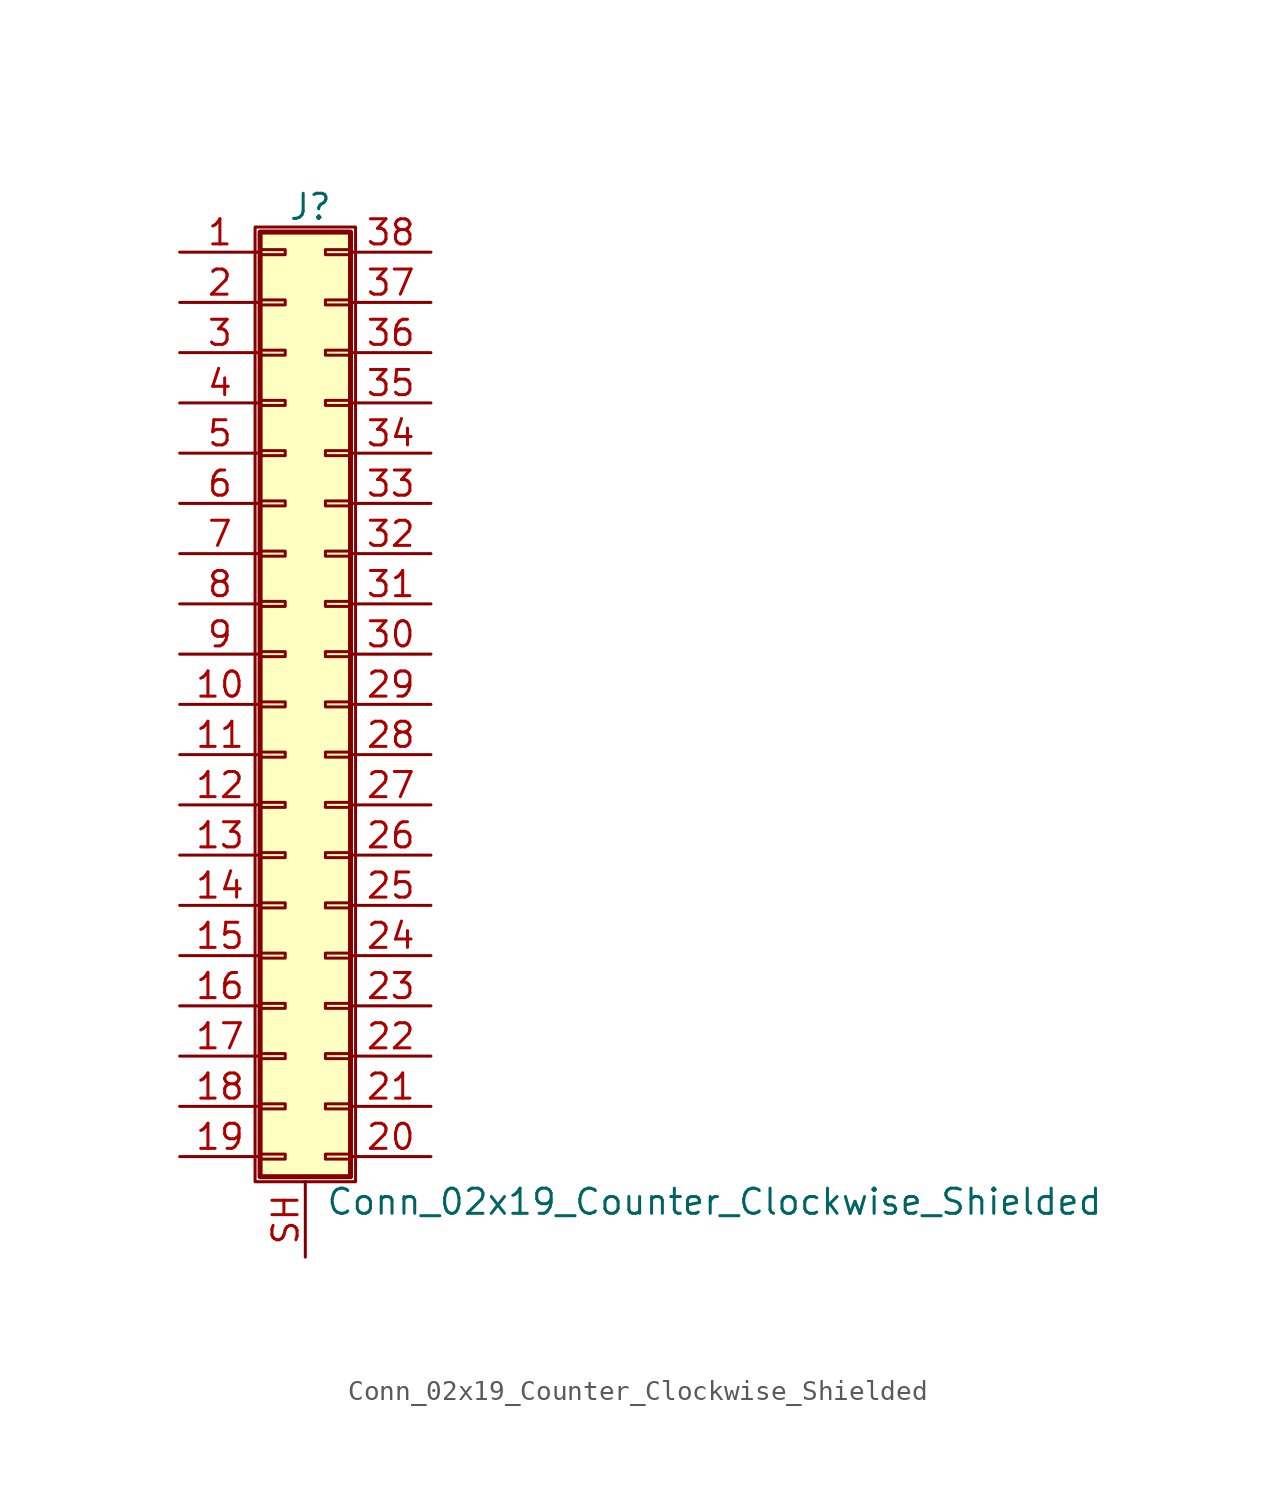
<source format=kicad_sym>
(kicad_symbol_lib
  (version 20201005)
  (generator kicad_symbol_editor)
  (symbol "Conn_02x19_Counter_Clockwise_Shielded"
    (pin_names
      (offset 1.016) hide)
    (property "Reference" "J"
      (at 1.524 25.146 0)
      (effects (font (size 1.27 1.27))))
    (property "Value" "Conn_02x19_Counter_Clockwise_Shielded"
      (at 2.286 -25.146 0)
      (effects (font (size 1.27 1.27)) (justify left)))
    (symbol "Conn_02x19_Counter_Clockwise_Shielded_1_1"
      (rectangle (start -1.27 24.13) (end 3.81 -24.13) (stroke (width 0.152)) (fill (type none)))
      (rectangle (start -1.016 -22.733) (end 0.254 -22.987) (stroke (width 0.152)) (fill (type none)))
      (rectangle (start -1.016 -20.193) (end 0.254 -20.447) (stroke (width 0.152)) (fill (type none)))
      (rectangle (start -1.016 -17.653) (end 0.254 -17.907) (stroke (width 0.152)) (fill (type none)))
      (rectangle (start -1.016 -15.113) (end 0.254 -15.367) (stroke (width 0.152)) (fill (type none)))
      (rectangle (start -1.016 -12.573) (end 0.254 -12.827) (stroke (width 0.152)) (fill (type none)))
      (rectangle (start -1.016 -10.033) (end 0.254 -10.287) (stroke (width 0.152)) (fill (type none)))
      (rectangle (start -1.016 -7.493) (end 0.254 -7.747) (stroke (width 0.152)) (fill (type none)))
      (rectangle (start -1.016 -4.953) (end 0.254 -5.207) (stroke (width 0.152)) (fill (type none)))
      (rectangle (start -1.016 -2.413) (end 0.254 -2.667) (stroke (width 0.152)) (fill (type none)))
      (rectangle (start -1.016 0.127) (end 0.254 -0.127) (stroke (width 0.152)) (fill (type none)))
      (rectangle (start -1.016 2.667) (end 0.254 2.413) (stroke (width 0.152)) (fill (type none)))
      (rectangle (start -1.016 5.207) (end 0.254 4.953) (stroke (width 0.152)) (fill (type none)))
      (rectangle (start -1.016 7.747) (end 0.254 7.493) (stroke (width 0.152)) (fill (type none)))
      (rectangle (start -1.016 10.287) (end 0.254 10.033) (stroke (width 0.152)) (fill (type none)))
      (rectangle (start -1.016 12.827) (end 0.254 12.573) (stroke (width 0.152)) (fill (type none)))
      (rectangle (start -1.016 15.367) (end 0.254 15.113) (stroke (width 0.152)) (fill (type none)))
      (rectangle (start -1.016 17.907) (end 0.254 17.653) (stroke (width 0.152)) (fill (type none)))
      (rectangle (start -1.016 20.447) (end 0.254 20.193) (stroke (width 0.152)) (fill (type none)))
      (rectangle (start -1.016 22.987) (end 0.254 22.733) (stroke (width 0.152)) (fill (type none)))
      (rectangle (start -1.016 23.876) (end 3.556 -23.876) (stroke (width 0.254)) (fill (type background)))
      (rectangle (start 3.556 -22.733) (end 2.286 -22.987) (stroke (width 0.152)) (fill (type none)))
      (rectangle (start 3.556 -20.193) (end 2.286 -20.447) (stroke (width 0.152)) (fill (type none)))
      (rectangle (start 3.556 -17.653) (end 2.286 -17.907) (stroke (width 0.152)) (fill (type none)))
      (rectangle (start 3.556 -15.113) (end 2.286 -15.367) (stroke (width 0.152)) (fill (type none)))
      (rectangle (start 3.556 -12.573) (end 2.286 -12.827) (stroke (width 0.152)) (fill (type none)))
      (rectangle (start 3.556 -10.033) (end 2.286 -10.287) (stroke (width 0.152)) (fill (type none)))
      (rectangle (start 3.556 -7.493) (end 2.286 -7.747) (stroke (width 0.152)) (fill (type none)))
      (rectangle (start 3.556 -4.953) (end 2.286 -5.207) (stroke (width 0.152)) (fill (type none)))
      (rectangle (start 3.556 -2.413) (end 2.286 -2.667) (stroke (width 0.152)) (fill (type none)))
      (rectangle (start 3.556 0.127) (end 2.286 -0.127) (stroke (width 0.152)) (fill (type none)))
      (rectangle (start 3.556 2.667) (end 2.286 2.413) (stroke (width 0.152)) (fill (type none)))
      (rectangle (start 3.556 5.207) (end 2.286 4.953) (stroke (width 0.152)) (fill (type none)))
      (rectangle (start 3.556 7.747) (end 2.286 7.493) (stroke (width 0.152)) (fill (type none)))
      (rectangle (start 3.556 10.287) (end 2.286 10.033) (stroke (width 0.152)) (fill (type none)))
      (rectangle (start 3.556 12.827) (end 2.286 12.573) (stroke (width 0.152)) (fill (type none)))
      (rectangle (start 3.556 15.367) (end 2.286 15.113) (stroke (width 0.152)) (fill (type none)))
      (rectangle (start 3.556 17.907) (end 2.286 17.653) (stroke (width 0.152)) (fill (type none)))
      (rectangle (start 3.556 20.447) (end 2.286 20.193) (stroke (width 0.152)) (fill (type none)))
      (rectangle (start 3.556 22.987) (end 2.286 22.733) (stroke (width 0.152)) (fill (type none)))
      (pin passive line (at -5.08 22.86 0) (length 4.064) (name "Pin_1" (effects (font (size 1.27 1.27)))) (number "1" (effects (font (size 1.27 1.27)))))
      (pin passive line (at -5.08 0 0) (length 4.064) (name "Pin_10" (effects (font (size 1.27 1.27)))) (number "10" (effects (font (size 1.27 1.27)))))
      (pin passive line (at -5.08 -2.54 0) (length 4.064) (name "Pin_11" (effects (font (size 1.27 1.27)))) (number "11" (effects (font (size 1.27 1.27)))))
      (pin passive line (at -5.08 -5.08 0) (length 4.064) (name "Pin_12" (effects (font (size 1.27 1.27)))) (number "12" (effects (font (size 1.27 1.27)))))
      (pin passive line (at -5.08 -7.62 0) (length 4.064) (name "Pin_13" (effects (font (size 1.27 1.27)))) (number "13" (effects (font (size 1.27 1.27)))))
      (pin passive line (at -5.08 -10.16 0) (length 4.064) (name "Pin_14" (effects (font (size 1.27 1.27)))) (number "14" (effects (font (size 1.27 1.27)))))
      (pin passive line (at -5.08 -12.7 0) (length 4.064) (name "Pin_15" (effects (font (size 1.27 1.27)))) (number "15" (effects (font (size 1.27 1.27)))))
      (pin passive line (at -5.08 -15.24 0) (length 4.064) (name "Pin_16" (effects (font (size 1.27 1.27)))) (number "16" (effects (font (size 1.27 1.27)))))
      (pin passive line (at -5.08 -17.78 0) (length 4.064) (name "Pin_17" (effects (font (size 1.27 1.27)))) (number "17" (effects (font (size 1.27 1.27)))))
      (pin passive line (at -5.08 -20.32 0) (length 4.064) (name "Pin_18" (effects (font (size 1.27 1.27)))) (number "18" (effects (font (size 1.27 1.27)))))
      (pin passive line (at -5.08 -22.86 0) (length 4.064) (name "Pin_19" (effects (font (size 1.27 1.27)))) (number "19" (effects (font (size 1.27 1.27)))))
      (pin passive line (at -5.08 20.32 0) (length 4.064) (name "Pin_2" (effects (font (size 1.27 1.27)))) (number "2" (effects (font (size 1.27 1.27)))))
      (pin passive line (at 7.62 -22.86 180) (length 4.064) (name "Pin_20" (effects (font (size 1.27 1.27)))) (number "20" (effects (font (size 1.27 1.27)))))
      (pin passive line (at 7.62 -20.32 180) (length 4.064) (name "Pin_21" (effects (font (size 1.27 1.27)))) (number "21" (effects (font (size 1.27 1.27)))))
      (pin passive line (at 7.62 -17.78 180) (length 4.064) (name "Pin_22" (effects (font (size 1.27 1.27)))) (number "22" (effects (font (size 1.27 1.27)))))
      (pin passive line (at 7.62 -15.24 180) (length 4.064) (name "Pin_23" (effects (font (size 1.27 1.27)))) (number "23" (effects (font (size 1.27 1.27)))))
      (pin passive line (at 7.62 -12.7 180) (length 4.064) (name "Pin_24" (effects (font (size 1.27 1.27)))) (number "24" (effects (font (size 1.27 1.27)))))
      (pin passive line (at 7.62 -10.16 180) (length 4.064) (name "Pin_25" (effects (font (size 1.27 1.27)))) (number "25" (effects (font (size 1.27 1.27)))))
      (pin passive line (at 7.62 -7.62 180) (length 4.064) (name "Pin_26" (effects (font (size 1.27 1.27)))) (number "26" (effects (font (size 1.27 1.27)))))
      (pin passive line (at 7.62 -5.08 180) (length 4.064) (name "Pin_27" (effects (font (size 1.27 1.27)))) (number "27" (effects (font (size 1.27 1.27)))))
      (pin passive line (at 7.62 -2.54 180) (length 4.064) (name "Pin_28" (effects (font (size 1.27 1.27)))) (number "28" (effects (font (size 1.27 1.27)))))
      (pin passive line (at 7.62 0 180) (length 4.064) (name "Pin_29" (effects (font (size 1.27 1.27)))) (number "29" (effects (font (size 1.27 1.27)))))
      (pin passive line (at -5.08 17.78 0) (length 4.064) (name "Pin_3" (effects (font (size 1.27 1.27)))) (number "3" (effects (font (size 1.27 1.27)))))
      (pin passive line (at 7.62 2.54 180) (length 4.064) (name "Pin_30" (effects (font (size 1.27 1.27)))) (number "30" (effects (font (size 1.27 1.27)))))
      (pin passive line (at 7.62 5.08 180) (length 4.064) (name "Pin_31" (effects (font (size 1.27 1.27)))) (number "31" (effects (font (size 1.27 1.27)))))
      (pin passive line (at 7.62 7.62 180) (length 4.064) (name "Pin_32" (effects (font (size 1.27 1.27)))) (number "32" (effects (font (size 1.27 1.27)))))
      (pin passive line (at 7.62 10.16 180) (length 4.064) (name "Pin_33" (effects (font (size 1.27 1.27)))) (number "33" (effects (font (size 1.27 1.27)))))
      (pin passive line (at 7.62 12.7 180) (length 4.064) (name "Pin_34" (effects (font (size 1.27 1.27)))) (number "34" (effects (font (size 1.27 1.27)))))
      (pin passive line (at 7.62 15.24 180) (length 4.064) (name "Pin_35" (effects (font (size 1.27 1.27)))) (number "35" (effects (font (size 1.27 1.27)))))
      (pin passive line (at 7.62 17.78 180) (length 4.064) (name "Pin_36" (effects (font (size 1.27 1.27)))) (number "36" (effects (font (size 1.27 1.27)))))
      (pin passive line (at 7.62 20.32 180) (length 4.064) (name "Pin_37" (effects (font (size 1.27 1.27)))) (number "37" (effects (font (size 1.27 1.27)))))
      (pin passive line (at 7.62 22.86 180) (length 4.064) (name "Pin_38" (effects (font (size 1.27 1.27)))) (number "38" (effects (font (size 1.27 1.27)))))
      (pin passive line (at -5.08 15.24 0) (length 4.064) (name "Pin_4" (effects (font (size 1.27 1.27)))) (number "4" (effects (font (size 1.27 1.27)))))
      (pin passive line (at -5.08 12.7 0) (length 4.064) (name "Pin_5" (effects (font (size 1.27 1.27)))) (number "5" (effects (font (size 1.27 1.27)))))
      (pin passive line (at -5.08 10.16 0) (length 4.064) (name "Pin_6" (effects (font (size 1.27 1.27)))) (number "6" (effects (font (size 1.27 1.27)))))
      (pin passive line (at -5.08 7.62 0) (length 4.064) (name "Pin_7" (effects (font (size 1.27 1.27)))) (number "7" (effects (font (size 1.27 1.27)))))
      (pin passive line (at -5.08 5.08 0) (length 4.064) (name "Pin_8" (effects (font (size 1.27 1.27)))) (number "8" (effects (font (size 1.27 1.27)))))
      (pin passive line (at -5.08 2.54 0) (length 4.064) (name "Pin_9" (effects (font (size 1.27 1.27)))) (number "9" (effects (font (size 1.27 1.27)))))
      (pin passive line (at 1.27 -27.94 90) (length 3.81) (name "Shield" (effects (font (size 1.27 1.27)))) (number "SH" (effects (font (size 1.27 1.27))))))))
</source>
